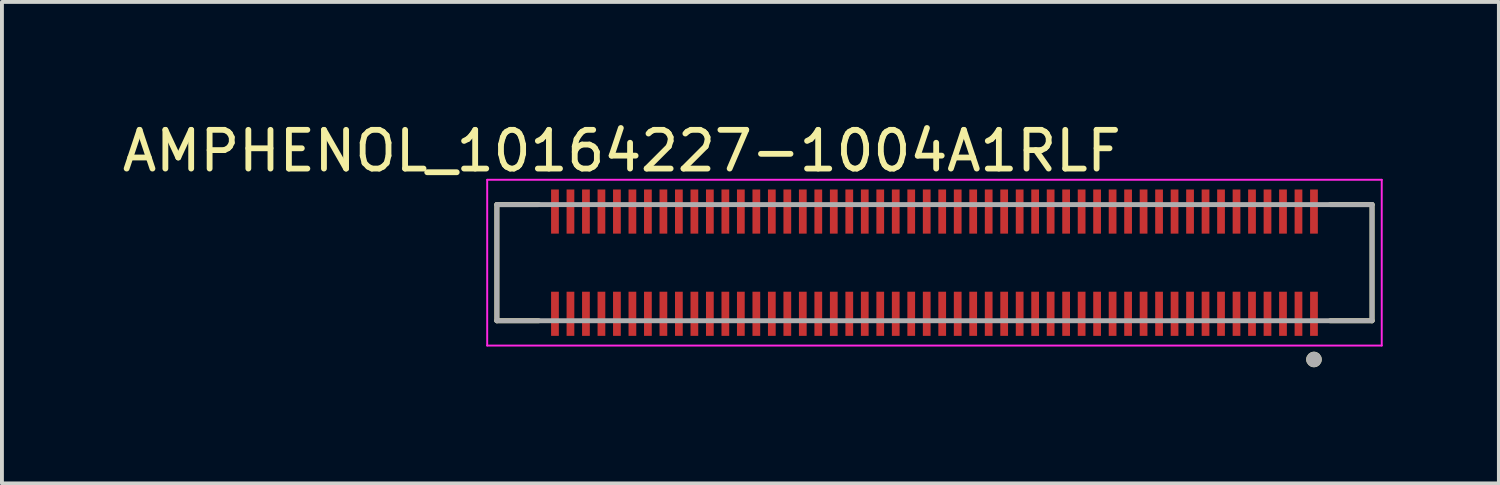
<source format=kicad_pcb>
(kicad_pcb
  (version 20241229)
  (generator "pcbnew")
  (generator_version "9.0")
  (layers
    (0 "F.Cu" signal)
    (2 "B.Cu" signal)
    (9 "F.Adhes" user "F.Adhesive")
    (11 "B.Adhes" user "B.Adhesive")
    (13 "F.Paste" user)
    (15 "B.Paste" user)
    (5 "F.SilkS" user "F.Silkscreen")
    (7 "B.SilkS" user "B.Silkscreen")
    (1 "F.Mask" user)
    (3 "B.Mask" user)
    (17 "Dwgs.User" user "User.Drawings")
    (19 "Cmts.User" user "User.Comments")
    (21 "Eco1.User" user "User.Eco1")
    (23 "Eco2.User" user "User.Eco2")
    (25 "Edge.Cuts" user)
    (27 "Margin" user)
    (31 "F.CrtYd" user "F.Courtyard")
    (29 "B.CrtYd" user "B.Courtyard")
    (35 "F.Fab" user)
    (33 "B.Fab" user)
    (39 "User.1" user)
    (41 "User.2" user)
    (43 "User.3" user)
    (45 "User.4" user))
  (footprint "AMPHENOL_10164227-1004A1RLF"
    (layer "F.Cu")
    (at 21.081 3.733)
    (property "Reference" "AMPHENOL_10164227-1004A1RLF" (at -8.075 -2.885 0) (layer "F.SilkS") (effects (font (size 1 1) (thickness 0.15))))
    (attr smd)
    (fp_poly (pts (xy -9.95 -1.94) (xy -9.65 -1.94) (xy -9.65 -1.19) (xy -9.95 -1.19)) (stroke (width 0.01) (type solid)) (fill yes) (layer "F.Mask"))
    (fp_poly (pts (xy -9.95 1.19) (xy -9.65 1.19) (xy -9.65 1.94) (xy -9.95 1.94)) (stroke (width 0.01) (type solid)) (fill yes) (layer "F.Mask"))
    (fp_poly (pts (xy -9.55 -1.94) (xy -9.25 -1.94) (xy -9.25 -1.19) (xy -9.55 -1.19)) (stroke (width 0.01) (type solid)) (fill yes) (layer "F.Mask"))
    (fp_poly (pts (xy -9.55 1.19) (xy -9.25 1.19) (xy -9.25 1.94) (xy -9.55 1.94)) (stroke (width 0.01) (type solid)) (fill yes) (layer "F.Mask"))
    (fp_poly (pts (xy -9.15 -1.94) (xy -8.85 -1.94) (xy -8.85 -1.19) (xy -9.15 -1.19)) (stroke (width 0.01) (type solid)) (fill yes) (layer "F.Mask"))
    (fp_poly (pts (xy -9.15 1.19) (xy -8.85 1.19) (xy -8.85 1.94) (xy -9.15 1.94)) (stroke (width 0.01) (type solid)) (fill yes) (layer "F.Mask"))
    (fp_poly (pts (xy -8.75 -1.94) (xy -8.45 -1.94) (xy -8.45 -1.19) (xy -8.75 -1.19)) (stroke (width 0.01) (type solid)) (fill yes) (layer "F.Mask"))
    (fp_poly (pts (xy -8.75 1.19) (xy -8.45 1.19) (xy -8.45 1.94) (xy -8.75 1.94)) (stroke (width 0.01) (type solid)) (fill yes) (layer "F.Mask"))
    (fp_poly (pts (xy -8.35 -1.94) (xy -8.05 -1.94) (xy -8.05 -1.19) (xy -8.35 -1.19)) (stroke (width 0.01) (type solid)) (fill yes) (layer "F.Mask"))
    (fp_poly (pts (xy -8.35 1.19) (xy -8.05 1.19) (xy -8.05 1.94) (xy -8.35 1.94)) (stroke (width 0.01) (type solid)) (fill yes) (layer "F.Mask"))
    (fp_poly (pts (xy -7.95 -1.94) (xy -7.65 -1.94) (xy -7.65 -1.19) (xy -7.95 -1.19)) (stroke (width 0.01) (type solid)) (fill yes) (layer "F.Mask"))
    (fp_poly (pts (xy -7.95 1.19) (xy -7.65 1.19) (xy -7.65 1.94) (xy -7.95 1.94)) (stroke (width 0.01) (type solid)) (fill yes) (layer "F.Mask"))
    (fp_poly (pts (xy -7.55 -1.94) (xy -7.25 -1.94) (xy -7.25 -1.19) (xy -7.55 -1.19)) (stroke (width 0.01) (type solid)) (fill yes) (layer "F.Mask"))
    (fp_poly (pts (xy -7.55 1.19) (xy -7.25 1.19) (xy -7.25 1.94) (xy -7.55 1.94)) (stroke (width 0.01) (type solid)) (fill yes) (layer "F.Mask"))
    (fp_poly (pts (xy -7.15 -1.94) (xy -6.85 -1.94) (xy -6.85 -1.19) (xy -7.15 -1.19)) (stroke (width 0.01) (type solid)) (fill yes) (layer "F.Mask"))
    (fp_poly (pts (xy -7.15 1.19) (xy -6.85 1.19) (xy -6.85 1.94) (xy -7.15 1.94)) (stroke (width 0.01) (type solid)) (fill yes) (layer "F.Mask"))
    (fp_poly (pts (xy -6.75 -1.94) (xy -6.45 -1.94) (xy -6.45 -1.19) (xy -6.75 -1.19)) (stroke (width 0.01) (type solid)) (fill yes) (layer "F.Mask"))
    (fp_poly (pts (xy -6.75 1.19) (xy -6.45 1.19) (xy -6.45 1.94) (xy -6.75 1.94)) (stroke (width 0.01) (type solid)) (fill yes) (layer "F.Mask"))
    (fp_poly (pts (xy -6.35 -1.94) (xy -6.05 -1.94) (xy -6.05 -1.19) (xy -6.35 -1.19)) (stroke (width 0.01) (type solid)) (fill yes) (layer "F.Mask"))
    (fp_poly (pts (xy -6.35 1.19) (xy -6.05 1.19) (xy -6.05 1.94) (xy -6.35 1.94)) (stroke (width 0.01) (type solid)) (fill yes) (layer "F.Mask"))
    (fp_poly (pts (xy -5.95 -1.94) (xy -5.65 -1.94) (xy -5.65 -1.19) (xy -5.95 -1.19)) (stroke (width 0.01) (type solid)) (fill yes) (layer "F.Mask"))
    (fp_poly (pts (xy -5.95 1.19) (xy -5.65 1.19) (xy -5.65 1.94) (xy -5.95 1.94)) (stroke (width 0.01) (type solid)) (fill yes) (layer "F.Mask"))
    (fp_poly (pts (xy -5.55 -1.94) (xy -5.25 -1.94) (xy -5.25 -1.19) (xy -5.55 -1.19)) (stroke (width 0.01) (type solid)) (fill yes) (layer "F.Mask"))
    (fp_poly (pts (xy -5.55 1.19) (xy -5.25 1.19) (xy -5.25 1.94) (xy -5.55 1.94)) (stroke (width 0.01) (type solid)) (fill yes) (layer "F.Mask"))
    (fp_poly (pts (xy -5.15 -1.94) (xy -4.85 -1.94) (xy -4.85 -1.19) (xy -5.15 -1.19)) (stroke (width 0.01) (type solid)) (fill yes) (layer "F.Mask"))
    (fp_poly (pts (xy -5.15 1.19) (xy -4.85 1.19) (xy -4.85 1.94) (xy -5.15 1.94)) (stroke (width 0.01) (type solid)) (fill yes) (layer "F.Mask"))
    (fp_poly (pts (xy -4.75 -1.94) (xy -4.45 -1.94) (xy -4.45 -1.19) (xy -4.75 -1.19)) (stroke (width 0.01) (type solid)) (fill yes) (layer "F.Mask"))
    (fp_poly (pts (xy -4.75 1.19) (xy -4.45 1.19) (xy -4.45 1.94) (xy -4.75 1.94)) (stroke (width 0.01) (type solid)) (fill yes) (layer "F.Mask"))
    (fp_poly (pts (xy -4.35 -1.94) (xy -4.05 -1.94) (xy -4.05 -1.19) (xy -4.35 -1.19)) (stroke (width 0.01) (type solid)) (fill yes) (layer "F.Mask"))
    (fp_poly (pts (xy -4.35 1.19) (xy -4.05 1.19) (xy -4.05 1.94) (xy -4.35 1.94)) (stroke (width 0.01) (type solid)) (fill yes) (layer "F.Mask"))
    (fp_poly (pts (xy -3.95 -1.94) (xy -3.65 -1.94) (xy -3.65 -1.19) (xy -3.95 -1.19)) (stroke (width 0.01) (type solid)) (fill yes) (layer "F.Mask"))
    (fp_poly (pts (xy -3.95 1.19) (xy -3.65 1.19) (xy -3.65 1.94) (xy -3.95 1.94)) (stroke (width 0.01) (type solid)) (fill yes) (layer "F.Mask"))
    (fp_poly (pts (xy -3.55 -1.94) (xy -3.25 -1.94) (xy -3.25 -1.19) (xy -3.55 -1.19)) (stroke (width 0.01) (type solid)) (fill yes) (layer "F.Mask"))
    (fp_poly (pts (xy -3.55 1.19) (xy -3.25 1.19) (xy -3.25 1.94) (xy -3.55 1.94)) (stroke (width 0.01) (type solid)) (fill yes) (layer "F.Mask"))
    (fp_poly (pts (xy -3.15 -1.94) (xy -2.85 -1.94) (xy -2.85 -1.19) (xy -3.15 -1.19)) (stroke (width 0.01) (type solid)) (fill yes) (layer "F.Mask"))
    (fp_poly (pts (xy -3.15 1.19) (xy -2.85 1.19) (xy -2.85 1.94) (xy -3.15 1.94)) (stroke (width 0.01) (type solid)) (fill yes) (layer "F.Mask"))
    (fp_poly (pts (xy -2.75 -1.94) (xy -2.45 -1.94) (xy -2.45 -1.19) (xy -2.75 -1.19)) (stroke (width 0.01) (type solid)) (fill yes) (layer "F.Mask"))
    (fp_poly (pts (xy -2.75 1.19) (xy -2.45 1.19) (xy -2.45 1.94) (xy -2.75 1.94)) (stroke (width 0.01) (type solid)) (fill yes) (layer "F.Mask"))
    (fp_poly (pts (xy -2.35 -1.94) (xy -2.05 -1.94) (xy -2.05 -1.19) (xy -2.35 -1.19)) (stroke (width 0.01) (type solid)) (fill yes) (layer "F.Mask"))
    (fp_poly (pts (xy -2.35 1.19) (xy -2.05 1.19) (xy -2.05 1.94) (xy -2.35 1.94)) (stroke (width 0.01) (type solid)) (fill yes) (layer "F.Mask"))
    (fp_poly (pts (xy -1.95 -1.94) (xy -1.65 -1.94) (xy -1.65 -1.19) (xy -1.95 -1.19)) (stroke (width 0.01) (type solid)) (fill yes) (layer "F.Mask"))
    (fp_poly (pts (xy -1.95 1.19) (xy -1.65 1.19) (xy -1.65 1.94) (xy -1.95 1.94)) (stroke (width 0.01) (type solid)) (fill yes) (layer "F.Mask"))
    (fp_poly (pts (xy -1.55 -1.94) (xy -1.25 -1.94) (xy -1.25 -1.19) (xy -1.55 -1.19)) (stroke (width 0.01) (type solid)) (fill yes) (layer "F.Mask"))
    (fp_poly (pts (xy -1.55 1.19) (xy -1.25 1.19) (xy -1.25 1.94) (xy -1.55 1.94)) (stroke (width 0.01) (type solid)) (fill yes) (layer "F.Mask"))
    (fp_poly (pts (xy -1.15 -1.94) (xy -0.85 -1.94) (xy -0.85 -1.19) (xy -1.15 -1.19)) (stroke (width 0.01) (type solid)) (fill yes) (layer "F.Mask"))
    (fp_poly (pts (xy -1.15 1.19) (xy -0.85 1.19) (xy -0.85 1.94) (xy -1.15 1.94)) (stroke (width 0.01) (type solid)) (fill yes) (layer "F.Mask"))
    (fp_poly (pts (xy -0.75 -1.94) (xy -0.45 -1.94) (xy -0.45 -1.19) (xy -0.75 -1.19)) (stroke (width 0.01) (type solid)) (fill yes) (layer "F.Mask"))
    (fp_poly (pts (xy -0.75 1.19) (xy -0.45 1.19) (xy -0.45 1.94) (xy -0.75 1.94)) (stroke (width 0.01) (type solid)) (fill yes) (layer "F.Mask"))
    (fp_poly (pts (xy -0.35 -1.94) (xy -0.05 -1.94) (xy -0.05 -1.19) (xy -0.35 -1.19)) (stroke (width 0.01) (type solid)) (fill yes) (layer "F.Mask"))
    (fp_poly (pts (xy -0.35 1.19) (xy -0.05 1.19) (xy -0.05 1.94) (xy -0.35 1.94)) (stroke (width 0.01) (type solid)) (fill yes) (layer "F.Mask"))
    (fp_poly (pts (xy 0.05 -1.94) (xy 0.35 -1.94) (xy 0.35 -1.19) (xy 0.05 -1.19)) (stroke (width 0.01) (type solid)) (fill yes) (layer "F.Mask"))
    (fp_poly (pts (xy 0.05 1.19) (xy 0.35 1.19) (xy 0.35 1.94) (xy 0.05 1.94)) (stroke (width 0.01) (type solid)) (fill yes) (layer "F.Mask"))
    (fp_poly (pts (xy 0.45 -1.94) (xy 0.75 -1.94) (xy 0.75 -1.19) (xy 0.45 -1.19)) (stroke (width 0.01) (type solid)) (fill yes) (layer "F.Mask"))
    (fp_poly (pts (xy 0.45 1.19) (xy 0.75 1.19) (xy 0.75 1.94) (xy 0.45 1.94)) (stroke (width 0.01) (type solid)) (fill yes) (layer "F.Mask"))
    (fp_poly (pts (xy 0.85 -1.94) (xy 1.15 -1.94) (xy 1.15 -1.19) (xy 0.85 -1.19)) (stroke (width 0.01) (type solid)) (fill yes) (layer "F.Mask"))
    (fp_poly (pts (xy 0.85 1.19) (xy 1.15 1.19) (xy 1.15 1.94) (xy 0.85 1.94)) (stroke (width 0.01) (type solid)) (fill yes) (layer "F.Mask"))
    (fp_poly (pts (xy 1.25 -1.94) (xy 1.55 -1.94) (xy 1.55 -1.19) (xy 1.25 -1.19)) (stroke (width 0.01) (type solid)) (fill yes) (layer "F.Mask"))
    (fp_poly (pts (xy 1.25 1.19) (xy 1.55 1.19) (xy 1.55 1.94) (xy 1.25 1.94)) (stroke (width 0.01) (type solid)) (fill yes) (layer "F.Mask"))
    (fp_poly (pts (xy 1.65 -1.94) (xy 1.95 -1.94) (xy 1.95 -1.19) (xy 1.65 -1.19)) (stroke (width 0.01) (type solid)) (fill yes) (layer "F.Mask"))
    (fp_poly (pts (xy 1.65 1.19) (xy 1.95 1.19) (xy 1.95 1.94) (xy 1.65 1.94)) (stroke (width 0.01) (type solid)) (fill yes) (layer "F.Mask"))
    (fp_poly (pts (xy 2.05 -1.94) (xy 2.35 -1.94) (xy 2.35 -1.19) (xy 2.05 -1.19)) (stroke (width 0.01) (type solid)) (fill yes) (layer "F.Mask"))
    (fp_poly (pts (xy 2.05 1.19) (xy 2.35 1.19) (xy 2.35 1.94) (xy 2.05 1.94)) (stroke (width 0.01) (type solid)) (fill yes) (layer "F.Mask"))
    (fp_poly (pts (xy 2.45 -1.94) (xy 2.75 -1.94) (xy 2.75 -1.19) (xy 2.45 -1.19)) (stroke (width 0.01) (type solid)) (fill yes) (layer "F.Mask"))
    (fp_poly (pts (xy 2.45 1.19) (xy 2.75 1.19) (xy 2.75 1.94) (xy 2.45 1.94)) (stroke (width 0.01) (type solid)) (fill yes) (layer "F.Mask"))
    (fp_poly (pts (xy 2.85 -1.94) (xy 3.15 -1.94) (xy 3.15 -1.19) (xy 2.85 -1.19)) (stroke (width 0.01) (type solid)) (fill yes) (layer "F.Mask"))
    (fp_poly (pts (xy 2.85 1.19) (xy 3.15 1.19) (xy 3.15 1.94) (xy 2.85 1.94)) (stroke (width 0.01) (type solid)) (fill yes) (layer "F.Mask"))
    (fp_poly (pts (xy 3.25 -1.94) (xy 3.55 -1.94) (xy 3.55 -1.19) (xy 3.25 -1.19)) (stroke (width 0.01) (type solid)) (fill yes) (layer "F.Mask"))
    (fp_poly (pts (xy 3.25 1.19) (xy 3.55 1.19) (xy 3.55 1.94) (xy 3.25 1.94)) (stroke (width 0.01) (type solid)) (fill yes) (layer "F.Mask"))
    (fp_poly (pts (xy 3.65 -1.94) (xy 3.95 -1.94) (xy 3.95 -1.19) (xy 3.65 -1.19)) (stroke (width 0.01) (type solid)) (fill yes) (layer "F.Mask"))
    (fp_poly (pts (xy 3.65 1.19) (xy 3.95 1.19) (xy 3.95 1.94) (xy 3.65 1.94)) (stroke (width 0.01) (type solid)) (fill yes) (layer "F.Mask"))
    (fp_poly (pts (xy 4.05 -1.94) (xy 4.35 -1.94) (xy 4.35 -1.19) (xy 4.05 -1.19)) (stroke (width 0.01) (type solid)) (fill yes) (layer "F.Mask"))
    (fp_poly (pts (xy 4.05 1.19) (xy 4.35 1.19) (xy 4.35 1.94) (xy 4.05 1.94)) (stroke (width 0.01) (type solid)) (fill yes) (layer "F.Mask"))
    (fp_poly (pts (xy 4.45 -1.94) (xy 4.75 -1.94) (xy 4.75 -1.19) (xy 4.45 -1.19)) (stroke (width 0.01) (type solid)) (fill yes) (layer "F.Mask"))
    (fp_poly (pts (xy 4.45 1.19) (xy 4.75 1.19) (xy 4.75 1.94) (xy 4.45 1.94)) (stroke (width 0.01) (type solid)) (fill yes) (layer "F.Mask"))
    (fp_poly (pts (xy 4.85 -1.94) (xy 5.15 -1.94) (xy 5.15 -1.19) (xy 4.85 -1.19)) (stroke (width 0.01) (type solid)) (fill yes) (layer "F.Mask"))
    (fp_poly (pts (xy 4.85 1.19) (xy 5.15 1.19) (xy 5.15 1.94) (xy 4.85 1.94)) (stroke (width 0.01) (type solid)) (fill yes) (layer "F.Mask"))
    (fp_poly (pts (xy 5.25 -1.94) (xy 5.55 -1.94) (xy 5.55 -1.19) (xy 5.25 -1.19)) (stroke (width 0.01) (type solid)) (fill yes) (layer "F.Mask"))
    (fp_poly (pts (xy 5.25 1.19) (xy 5.55 1.19) (xy 5.55 1.94) (xy 5.25 1.94)) (stroke (width 0.01) (type solid)) (fill yes) (layer "F.Mask"))
    (fp_poly (pts (xy 5.65 -1.94) (xy 5.95 -1.94) (xy 5.95 -1.19) (xy 5.65 -1.19)) (stroke (width 0.01) (type solid)) (fill yes) (layer "F.Mask"))
    (fp_poly (pts (xy 5.65 1.19) (xy 5.95 1.19) (xy 5.95 1.94) (xy 5.65 1.94)) (stroke (width 0.01) (type solid)) (fill yes) (layer "F.Mask"))
    (fp_poly (pts (xy 6.05 -1.94) (xy 6.35 -1.94) (xy 6.35 -1.19) (xy 6.05 -1.19)) (stroke (width 0.01) (type solid)) (fill yes) (layer "F.Mask"))
    (fp_poly (pts (xy 6.05 1.19) (xy 6.35 1.19) (xy 6.35 1.94) (xy 6.05 1.94)) (stroke (width 0.01) (type solid)) (fill yes) (layer "F.Mask"))
    (fp_poly (pts (xy 6.45 -1.94) (xy 6.75 -1.94) (xy 6.75 -1.19) (xy 6.45 -1.19)) (stroke (width 0.01) (type solid)) (fill yes) (layer "F.Mask"))
    (fp_poly (pts (xy 6.45 1.19) (xy 6.75 1.19) (xy 6.75 1.94) (xy 6.45 1.94)) (stroke (width 0.01) (type solid)) (fill yes) (layer "F.Mask"))
    (fp_poly (pts (xy 6.85 -1.94) (xy 7.15 -1.94) (xy 7.15 -1.19) (xy 6.85 -1.19)) (stroke (width 0.01) (type solid)) (fill yes) (layer "F.Mask"))
    (fp_poly (pts (xy 6.85 1.19) (xy 7.15 1.19) (xy 7.15 1.94) (xy 6.85 1.94)) (stroke (width 0.01) (type solid)) (fill yes) (layer "F.Mask"))
    (fp_poly (pts (xy 7.25 -1.94) (xy 7.55 -1.94) (xy 7.55 -1.19) (xy 7.25 -1.19)) (stroke (width 0.01) (type solid)) (fill yes) (layer "F.Mask"))
    (fp_poly (pts (xy 7.25 1.19) (xy 7.55 1.19) (xy 7.55 1.94) (xy 7.25 1.94)) (stroke (width 0.01) (type solid)) (fill yes) (layer "F.Mask"))
    (fp_poly (pts (xy 7.65 -1.94) (xy 7.95 -1.94) (xy 7.95 -1.19) (xy 7.65 -1.19)) (stroke (width 0.01) (type solid)) (fill yes) (layer "F.Mask"))
    (fp_poly (pts (xy 7.65 1.19) (xy 7.95 1.19) (xy 7.95 1.94) (xy 7.65 1.94)) (stroke (width 0.01) (type solid)) (fill yes) (layer "F.Mask"))
    (fp_poly (pts (xy 8.05 -1.94) (xy 8.35 -1.94) (xy 8.35 -1.19) (xy 8.05 -1.19)) (stroke (width 0.01) (type solid)) (fill yes) (layer "F.Mask"))
    (fp_poly (pts (xy 8.05 1.19) (xy 8.35 1.19) (xy 8.35 1.94) (xy 8.05 1.94)) (stroke (width 0.01) (type solid)) (fill yes) (layer "F.Mask"))
    (fp_poly (pts (xy 8.45 -1.94) (xy 8.75 -1.94) (xy 8.75 -1.19) (xy 8.45 -1.19)) (stroke (width 0.01) (type solid)) (fill yes) (layer "F.Mask"))
    (fp_poly (pts (xy 8.45 1.19) (xy 8.75 1.19) (xy 8.75 1.94) (xy 8.45 1.94)) (stroke (width 0.01) (type solid)) (fill yes) (layer "F.Mask"))
    (fp_poly (pts (xy 8.85 -1.94) (xy 9.15 -1.94) (xy 9.15 -1.19) (xy 8.85 -1.19)) (stroke (width 0.01) (type solid)) (fill yes) (layer "F.Mask"))
    (fp_poly (pts (xy 8.85 1.19) (xy 9.15 1.19) (xy 9.15 1.94) (xy 8.85 1.94)) (stroke (width 0.01) (type solid)) (fill yes) (layer "F.Mask"))
    (fp_poly (pts (xy 9.25 -1.94) (xy 9.55 -1.94) (xy 9.55 -1.19) (xy 9.25 -1.19)) (stroke (width 0.01) (type solid)) (fill yes) (layer "F.Mask"))
    (fp_poly (pts (xy 9.25 1.19) (xy 9.55 1.19) (xy 9.55 1.94) (xy 9.25 1.94)) (stroke (width 0.01) (type solid)) (fill yes) (layer "F.Mask"))
    (fp_poly (pts (xy 9.65 -1.94) (xy 9.95 -1.94) (xy 9.95 -1.19) (xy 9.65 -1.19)) (stroke (width 0.01) (type solid)) (fill yes) (layer "F.Mask"))
    (fp_poly (pts (xy 9.65 1.19) (xy 9.95 1.19) (xy 9.95 1.94) (xy 9.65 1.94)) (stroke (width 0.01) (type solid)) (fill yes) (layer "F.Mask"))
    (fp_line (start -11.3 -1.5) (end -11.3 1.5) (stroke (width 0.127) (type solid)) (layer "F.SilkS"))
    (fp_line (start -11.3 1.5) (end -10.22 1.5) (stroke (width 0.127) (type solid)) (layer "F.SilkS"))
    (fp_line (start -10.22 -1.5) (end -11.3 -1.5) (stroke (width 0.127) (type solid)) (layer "F.SilkS"))
    (fp_line (start 10.22 1.5) (end 11.3 1.5) (stroke (width 0.127) (type solid)) (layer "F.SilkS"))
    (fp_line (start 11.3 -1.5) (end 10.22 -1.5) (stroke (width 0.127) (type solid)) (layer "F.SilkS"))
    (fp_line (start 11.3 1.5) (end 11.3 -1.5) (stroke (width 0.127) (type solid)) (layer "F.SilkS"))
    (fp_circle (center 9.8 2.5) (end 9.9 2.5) (stroke (width 0.2) (type solid)) (fill no) (layer "F.SilkS"))
    (fp_poly (pts (xy -9.889 -1.853) (xy -9.71 -1.853) (xy -9.71 -1.227) (xy -9.889 -1.227)) (stroke (width 0.01) (type solid)) (fill yes) (layer "F.Paste"))
    (fp_poly (pts (xy -9.889 1.227) (xy -9.71 1.227) (xy -9.71 1.853) (xy -9.889 1.853)) (stroke (width 0.01) (type solid)) (fill yes) (layer "F.Paste"))
    (fp_poly (pts (xy -9.489 -1.853) (xy -9.31 -1.853) (xy -9.31 -1.227) (xy -9.489 -1.227)) (stroke (width 0.01) (type solid)) (fill yes) (layer "F.Paste"))
    (fp_poly (pts (xy -9.489 1.227) (xy -9.31 1.227) (xy -9.31 1.853) (xy -9.489 1.853)) (stroke (width 0.01) (type solid)) (fill yes) (layer "F.Paste"))
    (fp_poly (pts (xy -9.089 -1.853) (xy -8.911 -1.853) (xy -8.911 -1.227) (xy -9.089 -1.227)) (stroke (width 0.01) (type solid)) (fill yes) (layer "F.Paste"))
    (fp_poly (pts (xy -9.089 1.227) (xy -8.911 1.227) (xy -8.911 1.853) (xy -9.089 1.853)) (stroke (width 0.01) (type solid)) (fill yes) (layer "F.Paste"))
    (fp_poly (pts (xy -8.69 -1.853) (xy -8.511 -1.853) (xy -8.511 -1.227) (xy -8.69 -1.227)) (stroke (width 0.01) (type solid)) (fill yes) (layer "F.Paste"))
    (fp_poly (pts (xy -8.69 1.227) (xy -8.511 1.227) (xy -8.511 1.853) (xy -8.69 1.853)) (stroke (width 0.01) (type solid)) (fill yes) (layer "F.Paste"))
    (fp_poly (pts (xy -8.29 -1.853) (xy -8.111 -1.853) (xy -8.111 -1.227) (xy -8.29 -1.227)) (stroke (width 0.01) (type solid)) (fill yes) (layer "F.Paste"))
    (fp_poly (pts (xy -8.29 1.227) (xy -8.111 1.227) (xy -8.111 1.853) (xy -8.29 1.853)) (stroke (width 0.01) (type solid)) (fill yes) (layer "F.Paste"))
    (fp_poly (pts (xy -7.889 -1.853) (xy -7.71 -1.853) (xy -7.71 -1.227) (xy -7.889 -1.227)) (stroke (width 0.01) (type solid)) (fill yes) (layer "F.Paste"))
    (fp_poly (pts (xy -7.889 1.227) (xy -7.71 1.227) (xy -7.71 1.853) (xy -7.889 1.853)) (stroke (width 0.01) (type solid)) (fill yes) (layer "F.Paste"))
    (fp_poly (pts (xy -7.489 -1.853) (xy -7.311 -1.853) (xy -7.311 -1.227) (xy -7.489 -1.227)) (stroke (width 0.01) (type solid)) (fill yes) (layer "F.Paste"))
    (fp_poly (pts (xy -7.489 1.227) (xy -7.311 1.227) (xy -7.311 1.853) (xy -7.489 1.853)) (stroke (width 0.01) (type solid)) (fill yes) (layer "F.Paste"))
    (fp_poly (pts (xy -7.09 -1.853) (xy -6.91 -1.853) (xy -6.91 -1.227) (xy -7.09 -1.227)) (stroke (width 0.01) (type solid)) (fill yes) (layer "F.Paste"))
    (fp_poly (pts (xy -7.09 1.227) (xy -6.91 1.227) (xy -6.91 1.853) (xy -7.09 1.853)) (stroke (width 0.01) (type solid)) (fill yes) (layer "F.Paste"))
    (fp_poly (pts (xy -6.689 -1.853) (xy -6.511 -1.853) (xy -6.511 -1.227) (xy -6.689 -1.227)) (stroke (width 0.01) (type solid)) (fill yes) (layer "F.Paste"))
    (fp_poly (pts (xy -6.689 1.227) (xy -6.511 1.227) (xy -6.511 1.853) (xy -6.689 1.853)) (stroke (width 0.01) (type solid)) (fill yes) (layer "F.Paste"))
    (fp_poly (pts (xy -6.29 -1.853) (xy -6.111 -1.853) (xy -6.111 -1.227) (xy -6.29 -1.227)) (stroke (width 0.01) (type solid)) (fill yes) (layer "F.Paste"))
    (fp_poly (pts (xy -6.29 1.227) (xy -6.111 1.227) (xy -6.111 1.853) (xy -6.29 1.853)) (stroke (width 0.01) (type solid)) (fill yes) (layer "F.Paste"))
    (fp_poly (pts (xy -5.889 -1.853) (xy -5.71 -1.853) (xy -5.71 -1.227) (xy -5.889 -1.227)) (stroke (width 0.01) (type solid)) (fill yes) (layer "F.Paste"))
    (fp_poly (pts (xy -5.889 1.227) (xy -5.71 1.227) (xy -5.71 1.853) (xy -5.889 1.853)) (stroke (width 0.01) (type solid)) (fill yes) (layer "F.Paste"))
    (fp_poly (pts (xy -5.489 -1.853) (xy -5.311 -1.853) (xy -5.311 -1.227) (xy -5.489 -1.227)) (stroke (width 0.01) (type solid)) (fill yes) (layer "F.Paste"))
    (fp_poly (pts (xy -5.489 1.227) (xy -5.311 1.227) (xy -5.311 1.853) (xy -5.489 1.853)) (stroke (width 0.01) (type solid)) (fill yes) (layer "F.Paste"))
    (fp_poly (pts (xy -5.09 -1.853) (xy -4.91 -1.853) (xy -4.91 -1.227) (xy -5.09 -1.227)) (stroke (width 0.01) (type solid)) (fill yes) (layer "F.Paste"))
    (fp_poly (pts (xy -5.09 1.227) (xy -4.91 1.227) (xy -4.91 1.853) (xy -5.09 1.853)) (stroke (width 0.01) (type solid)) (fill yes) (layer "F.Paste"))
    (fp_poly (pts (xy -4.689 -1.853) (xy -4.511 -1.853) (xy -4.511 -1.227) (xy -4.689 -1.227)) (stroke (width 0.01) (type solid)) (fill yes) (layer "F.Paste"))
    (fp_poly (pts (xy -4.689 1.227) (xy -4.511 1.227) (xy -4.511 1.853) (xy -4.689 1.853)) (stroke (width 0.01) (type solid)) (fill yes) (layer "F.Paste"))
    (fp_poly (pts (xy -4.29 -1.853) (xy -4.111 -1.853) (xy -4.111 -1.227) (xy -4.29 -1.227)) (stroke (width 0.01) (type solid)) (fill yes) (layer "F.Paste"))
    (fp_poly (pts (xy -4.29 1.227) (xy -4.111 1.227) (xy -4.111 1.853) (xy -4.29 1.853)) (stroke (width 0.01) (type solid)) (fill yes) (layer "F.Paste"))
    (fp_poly (pts (xy -3.889 -1.853) (xy -3.711 -1.853) (xy -3.711 -1.227) (xy -3.889 -1.227)) (stroke (width 0.01) (type solid)) (fill yes) (layer "F.Paste"))
    (fp_poly (pts (xy -3.889 1.227) (xy -3.711 1.227) (xy -3.711 1.853) (xy -3.889 1.853)) (stroke (width 0.01) (type solid)) (fill yes) (layer "F.Paste"))
    (fp_poly (pts (xy -3.49 -1.853) (xy -3.311 -1.853) (xy -3.311 -1.227) (xy -3.49 -1.227)) (stroke (width 0.01) (type solid)) (fill yes) (layer "F.Paste"))
    (fp_poly (pts (xy -3.49 1.227) (xy -3.311 1.227) (xy -3.311 1.853) (xy -3.49 1.853)) (stroke (width 0.01) (type solid)) (fill yes) (layer "F.Paste"))
    (fp_poly (pts (xy -3.09 -1.853) (xy -2.91 -1.853) (xy -2.91 -1.227) (xy -3.09 -1.227)) (stroke (width 0.01) (type solid)) (fill yes) (layer "F.Paste"))
    (fp_poly (pts (xy -3.09 1.227) (xy -2.91 1.227) (xy -2.91 1.853) (xy -3.09 1.853)) (stroke (width 0.01) (type solid)) (fill yes) (layer "F.Paste"))
    (fp_poly (pts (xy -2.689 -1.853) (xy -2.51 -1.853) (xy -2.51 -1.227) (xy -2.689 -1.227)) (stroke (width 0.01) (type solid)) (fill yes) (layer "F.Paste"))
    (fp_poly (pts (xy -2.689 1.227) (xy -2.51 1.227) (xy -2.51 1.853) (xy -2.689 1.853)) (stroke (width 0.01) (type solid)) (fill yes) (layer "F.Paste"))
    (fp_poly (pts (xy -2.289 -1.853) (xy -2.111 -1.853) (xy -2.111 -1.227) (xy -2.289 -1.227)) (stroke (width 0.01) (type solid)) (fill yes) (layer "F.Paste"))
    (fp_poly (pts (xy -2.289 1.227) (xy -2.111 1.227) (xy -2.111 1.853) (xy -2.289 1.853)) (stroke (width 0.01) (type solid)) (fill yes) (layer "F.Paste"))
    (fp_poly (pts (xy -1.889 -1.853) (xy -1.71 -1.853) (xy -1.71 -1.227) (xy -1.889 -1.227)) (stroke (width 0.01) (type solid)) (fill yes) (layer "F.Paste"))
    (fp_poly (pts (xy -1.889 1.227) (xy -1.71 1.227) (xy -1.71 1.853) (xy -1.889 1.853)) (stroke (width 0.01) (type solid)) (fill yes) (layer "F.Paste"))
    (fp_poly (pts (xy -1.49 -1.853) (xy -1.31 -1.853) (xy -1.31 -1.227) (xy -1.49 -1.227)) (stroke (width 0.01) (type solid)) (fill yes) (layer "F.Paste"))
    (fp_poly (pts (xy -1.49 1.227) (xy -1.31 1.227) (xy -1.31 1.853) (xy -1.49 1.853)) (stroke (width 0.01) (type solid)) (fill yes) (layer "F.Paste"))
    (fp_poly (pts (xy -1.089 -1.853) (xy -0.91 -1.853) (xy -0.91 -1.227) (xy -1.089 -1.227)) (stroke (width 0.01) (type solid)) (fill yes) (layer "F.Paste"))
    (fp_poly (pts (xy -1.089 1.227) (xy -0.91 1.227) (xy -0.91 1.853) (xy -1.089 1.853)) (stroke (width 0.01) (type solid)) (fill yes) (layer "F.Paste"))
    (fp_poly (pts (xy -0.69 -1.853) (xy -0.51 -1.853) (xy -0.51 -1.227) (xy -0.69 -1.227)) (stroke (width 0.01) (type solid)) (fill yes) (layer "F.Paste"))
    (fp_poly (pts (xy -0.69 1.227) (xy -0.51 1.227) (xy -0.51 1.853) (xy -0.69 1.853)) (stroke (width 0.01) (type solid)) (fill yes) (layer "F.Paste"))
    (fp_poly (pts (xy -0.289 -1.853) (xy -0.111 -1.853) (xy -0.111 -1.227) (xy -0.289 -1.227)) (stroke (width 0.01) (type solid)) (fill yes) (layer "F.Paste"))
    (fp_poly (pts (xy -0.289 1.227) (xy -0.111 1.227) (xy -0.111 1.853) (xy -0.289 1.853)) (stroke (width 0.01) (type solid)) (fill yes) (layer "F.Paste"))
    (fp_poly (pts (xy 0.111 -1.853) (xy 0.289 -1.853) (xy 0.289 -1.227) (xy 0.111 -1.227)) (stroke (width 0.01) (type solid)) (fill yes) (layer "F.Paste"))
    (fp_poly (pts (xy 0.111 1.227) (xy 0.289 1.227) (xy 0.289 1.853) (xy 0.111 1.853)) (stroke (width 0.01) (type solid)) (fill yes) (layer "F.Paste"))
    (fp_poly (pts (xy 0.51 -1.853) (xy 0.69 -1.853) (xy 0.69 -1.227) (xy 0.51 -1.227)) (stroke (width 0.01) (type solid)) (fill yes) (layer "F.Paste"))
    (fp_poly (pts (xy 0.51 1.227) (xy 0.69 1.227) (xy 0.69 1.853) (xy 0.51 1.853)) (stroke (width 0.01) (type solid)) (fill yes) (layer "F.Paste"))
    (fp_poly (pts (xy 0.91 -1.853) (xy 1.089 -1.853) (xy 1.089 -1.227) (xy 0.91 -1.227)) (stroke (width 0.01) (type solid)) (fill yes) (layer "F.Paste"))
    (fp_poly (pts (xy 0.91 1.227) (xy 1.089 1.227) (xy 1.089 1.853) (xy 0.91 1.853)) (stroke (width 0.01) (type solid)) (fill yes) (layer "F.Paste"))
    (fp_poly (pts (xy 1.31 -1.853) (xy 1.49 -1.853) (xy 1.49 -1.227) (xy 1.31 -1.227)) (stroke (width 0.01) (type solid)) (fill yes) (layer "F.Paste"))
    (fp_poly (pts (xy 1.31 1.227) (xy 1.49 1.227) (xy 1.49 1.853) (xy 1.31 1.853)) (stroke (width 0.01) (type solid)) (fill yes) (layer "F.Paste"))
    (fp_poly (pts (xy 1.71 -1.853) (xy 1.889 -1.853) (xy 1.889 -1.227) (xy 1.71 -1.227)) (stroke (width 0.01) (type solid)) (fill yes) (layer "F.Paste"))
    (fp_poly (pts (xy 1.71 1.227) (xy 1.889 1.227) (xy 1.889 1.853) (xy 1.71 1.853)) (stroke (width 0.01) (type solid)) (fill yes) (layer "F.Paste"))
    (fp_poly (pts (xy 2.111 -1.853) (xy 2.289 -1.853) (xy 2.289 -1.227) (xy 2.111 -1.227)) (stroke (width 0.01) (type solid)) (fill yes) (layer "F.Paste"))
    (fp_poly (pts (xy 2.111 1.227) (xy 2.289 1.227) (xy 2.289 1.853) (xy 2.111 1.853)) (stroke (width 0.01) (type solid)) (fill yes) (layer "F.Paste"))
    (fp_poly (pts (xy 2.51 -1.853) (xy 2.689 -1.853) (xy 2.689 -1.227) (xy 2.51 -1.227)) (stroke (width 0.01) (type solid)) (fill yes) (layer "F.Paste"))
    (fp_poly (pts (xy 2.51 1.227) (xy 2.689 1.227) (xy 2.689 1.853) (xy 2.51 1.853)) (stroke (width 0.01) (type solid)) (fill yes) (layer "F.Paste"))
    (fp_poly (pts (xy 2.91 -1.853) (xy 3.09 -1.853) (xy 3.09 -1.227) (xy 2.91 -1.227)) (stroke (width 0.01) (type solid)) (fill yes) (layer "F.Paste"))
    (fp_poly (pts (xy 2.91 1.227) (xy 3.09 1.227) (xy 3.09 1.853) (xy 2.91 1.853)) (stroke (width 0.01) (type solid)) (fill yes) (layer "F.Paste"))
    (fp_poly (pts (xy 3.311 -1.853) (xy 3.49 -1.853) (xy 3.49 -1.227) (xy 3.311 -1.227)) (stroke (width 0.01) (type solid)) (fill yes) (layer "F.Paste"))
    (fp_poly (pts (xy 3.311 1.227) (xy 3.49 1.227) (xy 3.49 1.853) (xy 3.311 1.853)) (stroke (width 0.01) (type solid)) (fill yes) (layer "F.Paste"))
    (fp_poly (pts (xy 3.711 -1.853) (xy 3.889 -1.853) (xy 3.889 -1.227) (xy 3.711 -1.227)) (stroke (width 0.01) (type solid)) (fill yes) (layer "F.Paste"))
    (fp_poly (pts (xy 3.711 1.227) (xy 3.889 1.227) (xy 3.889 1.853) (xy 3.711 1.853)) (stroke (width 0.01) (type solid)) (fill yes) (layer "F.Paste"))
    (fp_poly (pts (xy 4.111 -1.853) (xy 4.29 -1.853) (xy 4.29 -1.227) (xy 4.111 -1.227)) (stroke (width 0.01) (type solid)) (fill yes) (layer "F.Paste"))
    (fp_poly (pts (xy 4.111 1.227) (xy 4.29 1.227) (xy 4.29 1.853) (xy 4.111 1.853)) (stroke (width 0.01) (type solid)) (fill yes) (layer "F.Paste"))
    (fp_poly (pts (xy 4.511 -1.853) (xy 4.689 -1.853) (xy 4.689 -1.227) (xy 4.511 -1.227)) (stroke (width 0.01) (type solid)) (fill yes) (layer "F.Paste"))
    (fp_poly (pts (xy 4.511 1.227) (xy 4.689 1.227) (xy 4.689 1.853) (xy 4.511 1.853)) (stroke (width 0.01) (type solid)) (fill yes) (layer "F.Paste"))
    (fp_poly (pts (xy 4.91 -1.853) (xy 5.09 -1.853) (xy 5.09 -1.227) (xy 4.91 -1.227)) (stroke (width 0.01) (type solid)) (fill yes) (layer "F.Paste"))
    (fp_poly (pts (xy 4.91 1.227) (xy 5.09 1.227) (xy 5.09 1.853) (xy 4.91 1.853)) (stroke (width 0.01) (type solid)) (fill yes) (layer "F.Paste"))
    (fp_poly (pts (xy 5.311 -1.853) (xy 5.489 -1.853) (xy 5.489 -1.227) (xy 5.311 -1.227)) (stroke (width 0.01) (type solid)) (fill yes) (layer "F.Paste"))
    (fp_poly (pts (xy 5.311 1.227) (xy 5.489 1.227) (xy 5.489 1.853) (xy 5.311 1.853)) (stroke (width 0.01) (type solid)) (fill yes) (layer "F.Paste"))
    (fp_poly (pts (xy 5.71 -1.853) (xy 5.889 -1.853) (xy 5.889 -1.227) (xy 5.71 -1.227)) (stroke (width 0.01) (type solid)) (fill yes) (layer "F.Paste"))
    (fp_poly (pts (xy 5.71 1.227) (xy 5.889 1.227) (xy 5.889 1.853) (xy 5.71 1.853)) (stroke (width 0.01) (type solid)) (fill yes) (layer "F.Paste"))
    (fp_poly (pts (xy 6.111 -1.853) (xy 6.29 -1.853) (xy 6.29 -1.227) (xy 6.111 -1.227)) (stroke (width 0.01) (type solid)) (fill yes) (layer "F.Paste"))
    (fp_poly (pts (xy 6.111 1.227) (xy 6.29 1.227) (xy 6.29 1.853) (xy 6.111 1.853)) (stroke (width 0.01) (type solid)) (fill yes) (layer "F.Paste"))
    (fp_poly (pts (xy 6.511 -1.853) (xy 6.689 -1.853) (xy 6.689 -1.227) (xy 6.511 -1.227)) (stroke (width 0.01) (type solid)) (fill yes) (layer "F.Paste"))
    (fp_poly (pts (xy 6.511 1.227) (xy 6.689 1.227) (xy 6.689 1.853) (xy 6.511 1.853)) (stroke (width 0.01) (type solid)) (fill yes) (layer "F.Paste"))
    (fp_poly (pts (xy 6.91 -1.853) (xy 7.09 -1.853) (xy 7.09 -1.227) (xy 6.91 -1.227)) (stroke (width 0.01) (type solid)) (fill yes) (layer "F.Paste"))
    (fp_poly (pts (xy 6.91 1.227) (xy 7.09 1.227) (xy 7.09 1.853) (xy 6.91 1.853)) (stroke (width 0.01) (type solid)) (fill yes) (layer "F.Paste"))
    (fp_poly (pts (xy 7.311 -1.853) (xy 7.489 -1.853) (xy 7.489 -1.227) (xy 7.311 -1.227)) (stroke (width 0.01) (type solid)) (fill yes) (layer "F.Paste"))
    (fp_poly (pts (xy 7.311 1.227) (xy 7.489 1.227) (xy 7.489 1.853) (xy 7.311 1.853)) (stroke (width 0.01) (type solid)) (fill yes) (layer "F.Paste"))
    (fp_poly (pts (xy 7.71 -1.853) (xy 7.889 -1.853) (xy 7.889 -1.227) (xy 7.71 -1.227)) (stroke (width 0.01) (type solid)) (fill yes) (layer "F.Paste"))
    (fp_poly (pts (xy 7.71 1.227) (xy 7.889 1.227) (xy 7.889 1.853) (xy 7.71 1.853)) (stroke (width 0.01) (type solid)) (fill yes) (layer "F.Paste"))
    (fp_poly (pts (xy 8.111 -1.853) (xy 8.29 -1.853) (xy 8.29 -1.227) (xy 8.111 -1.227)) (stroke (width 0.01) (type solid)) (fill yes) (layer "F.Paste"))
    (fp_poly (pts (xy 8.111 1.227) (xy 8.29 1.227) (xy 8.29 1.853) (xy 8.111 1.853)) (stroke (width 0.01) (type solid)) (fill yes) (layer "F.Paste"))
    (fp_poly (pts (xy 8.511 -1.853) (xy 8.69 -1.853) (xy 8.69 -1.227) (xy 8.511 -1.227)) (stroke (width 0.01) (type solid)) (fill yes) (layer "F.Paste"))
    (fp_poly (pts (xy 8.511 1.227) (xy 8.69 1.227) (xy 8.69 1.853) (xy 8.511 1.853)) (stroke (width 0.01) (type solid)) (fill yes) (layer "F.Paste"))
    (fp_poly (pts (xy 8.911 -1.853) (xy 9.089 -1.853) (xy 9.089 -1.227) (xy 8.911 -1.227)) (stroke (width 0.01) (type solid)) (fill yes) (layer "F.Paste"))
    (fp_poly (pts (xy 8.911 1.227) (xy 9.089 1.227) (xy 9.089 1.853) (xy 8.911 1.853)) (stroke (width 0.01) (type solid)) (fill yes) (layer "F.Paste"))
    (fp_poly (pts (xy 9.31 -1.853) (xy 9.489 -1.853) (xy 9.489 -1.227) (xy 9.31 -1.227)) (stroke (width 0.01) (type solid)) (fill yes) (layer "F.Paste"))
    (fp_poly (pts (xy 9.31 1.227) (xy 9.489 1.227) (xy 9.489 1.853) (xy 9.31 1.853)) (stroke (width 0.01) (type solid)) (fill yes) (layer "F.Paste"))
    (fp_poly (pts (xy 9.71 -1.853) (xy 9.889 -1.853) (xy 9.889 -1.227) (xy 9.71 -1.227)) (stroke (width 0.01) (type solid)) (fill yes) (layer "F.Paste"))
    (fp_poly (pts (xy 9.71 1.227) (xy 9.889 1.227) (xy 9.889 1.853) (xy 9.71 1.853)) (stroke (width 0.01) (type solid)) (fill yes) (layer "F.Paste"))
    (fp_line (start -11.55 -2.14) (end -11.55 2.14) (stroke (width 0.05) (type solid)) (layer "F.CrtYd"))
    (fp_line (start -11.55 2.14) (end 11.55 2.14) (stroke (width 0.05) (type solid)) (layer "F.CrtYd"))
    (fp_line (start 11.55 -2.14) (end -11.55 -2.14) (stroke (width 0.05) (type solid)) (layer "F.CrtYd"))
    (fp_line (start 11.55 2.14) (end 11.55 -2.14) (stroke (width 0.05) (type solid)) (layer "F.CrtYd"))
    (fp_line (start -11.3 -1.5) (end -11.3 1.5) (stroke (width 0.127) (type solid)) (layer "F.Fab"))
    (fp_line (start -11.3 1.5) (end 11.3 1.5) (stroke (width 0.127) (type solid)) (layer "F.Fab"))
    (fp_line (start 11.3 -1.5) (end -11.3 -1.5) (stroke (width 0.127) (type solid)) (layer "F.Fab"))
    (fp_line (start 11.3 1.5) (end 11.3 -1.5) (stroke (width 0.127) (type solid)) (layer "F.Fab"))
    (fp_circle (center 9.8 2.5) (end 9.9 2.5) (stroke (width 0.2) (type solid)) (fill no) (layer "F.Fab"))
    (pad "1" smd rect (at 9.8 1.32) (size 0.2 1.14) (layers "F.Cu"))
    (pad "2" smd rect (at 9.8 -1.32) (size 0.2 1.14) (layers "F.Cu"))
    (pad "3" smd rect (at 9.4 1.32) (size 0.2 1.14) (layers "F.Cu"))
    (pad "4" smd rect (at 9.4 -1.32) (size 0.2 1.14) (layers "F.Cu"))
    (pad "5" smd rect (at 9 1.32) (size 0.2 1.14) (layers "F.Cu"))
    (pad "6" smd rect (at 9 -1.32) (size 0.2 1.14) (layers "F.Cu"))
    (pad "7" smd rect (at 8.6 1.32) (size 0.2 1.14) (layers "F.Cu"))
    (pad "8" smd rect (at 8.6 -1.32) (size 0.2 1.14) (layers "F.Cu"))
    (pad "9" smd rect (at 8.2 1.32) (size 0.2 1.14) (layers "F.Cu"))
    (pad "10" smd rect (at 8.2 -1.32) (size 0.2 1.14) (layers "F.Cu"))
    (pad "11" smd rect (at 7.8 1.32) (size 0.2 1.14) (layers "F.Cu"))
    (pad "12" smd rect (at 7.8 -1.32) (size 0.2 1.14) (layers "F.Cu"))
    (pad "13" smd rect (at 7.4 1.32) (size 0.2 1.14) (layers "F.Cu"))
    (pad "14" smd rect (at 7.4 -1.32) (size 0.2 1.14) (layers "F.Cu"))
    (pad "15" smd rect (at 7 1.32) (size 0.2 1.14) (layers "F.Cu"))
    (pad "16" smd rect (at 7 -1.32) (size 0.2 1.14) (layers "F.Cu"))
    (pad "17" smd rect (at 6.6 1.32) (size 0.2 1.14) (layers "F.Cu"))
    (pad "18" smd rect (at 6.6 -1.32) (size 0.2 1.14) (layers "F.Cu"))
    (pad "19" smd rect (at 6.2 1.32) (size 0.2 1.14) (layers "F.Cu"))
    (pad "20" smd rect (at 6.2 -1.32) (size 0.2 1.14) (layers "F.Cu"))
    (pad "21" smd rect (at 5.8 1.32) (size 0.2 1.14) (layers "F.Cu"))
    (pad "22" smd rect (at 5.8 -1.32) (size 0.2 1.14) (layers "F.Cu"))
    (pad "23" smd rect (at 5.4 1.32) (size 0.2 1.14) (layers "F.Cu"))
    (pad "24" smd rect (at 5.4 -1.32) (size 0.2 1.14) (layers "F.Cu"))
    (pad "25" smd rect (at 5 1.32) (size 0.2 1.14) (layers "F.Cu"))
    (pad "26" smd rect (at 5 -1.32) (size 0.2 1.14) (layers "F.Cu"))
    (pad "27" smd rect (at 4.6 1.32) (size 0.2 1.14) (layers "F.Cu"))
    (pad "28" smd rect (at 4.6 -1.32) (size 0.2 1.14) (layers "F.Cu"))
    (pad "29" smd rect (at 4.2 1.32) (size 0.2 1.14) (layers "F.Cu"))
    (pad "30" smd rect (at 4.2 -1.32) (size 0.2 1.14) (layers "F.Cu"))
    (pad "31" smd rect (at 3.8 1.32) (size 0.2 1.14) (layers "F.Cu"))
    (pad "32" smd rect (at 3.8 -1.32) (size 0.2 1.14) (layers "F.Cu"))
    (pad "33" smd rect (at 3.4 1.32) (size 0.2 1.14) (layers "F.Cu"))
    (pad "34" smd rect (at 3.4 -1.32) (size 0.2 1.14) (layers "F.Cu"))
    (pad "35" smd rect (at 3 1.32) (size 0.2 1.14) (layers "F.Cu"))
    (pad "36" smd rect (at 3 -1.32) (size 0.2 1.14) (layers "F.Cu"))
    (pad "37" smd rect (at 2.6 1.32) (size 0.2 1.14) (layers "F.Cu"))
    (pad "38" smd rect (at 2.6 -1.32) (size 0.2 1.14) (layers "F.Cu"))
    (pad "39" smd rect (at 2.2 1.32) (size 0.2 1.14) (layers "F.Cu"))
    (pad "40" smd rect (at 2.2 -1.32) (size 0.2 1.14) (layers "F.Cu"))
    (pad "41" smd rect (at 1.8 1.32) (size 0.2 1.14) (layers "F.Cu"))
    (pad "42" smd rect (at 1.8 -1.32) (size 0.2 1.14) (layers "F.Cu"))
    (pad "43" smd rect (at 1.4 1.32) (size 0.2 1.14) (layers "F.Cu"))
    (pad "44" smd rect (at 1.4 -1.32) (size 0.2 1.14) (layers "F.Cu"))
    (pad "45" smd rect (at 1 1.32) (size 0.2 1.14) (layers "F.Cu"))
    (pad "46" smd rect (at 1 -1.32) (size 0.2 1.14) (layers "F.Cu"))
    (pad "47" smd rect (at 0.6 1.32) (size 0.2 1.14) (layers "F.Cu"))
    (pad "48" smd rect (at 0.6 -1.32) (size 0.2 1.14) (layers "F.Cu"))
    (pad "49" smd rect (at 0.2 1.32) (size 0.2 1.14) (layers "F.Cu"))
    (pad "50" smd rect (at 0.2 -1.32) (size 0.2 1.14) (layers "F.Cu"))
    (pad "51" smd rect (at -0.2 1.32) (size 0.2 1.14) (layers "F.Cu"))
    (pad "52" smd rect (at -0.2 -1.32) (size 0.2 1.14) (layers "F.Cu"))
    (pad "53" smd rect (at -0.6 1.32) (size 0.2 1.14) (layers "F.Cu"))
    (pad "54" smd rect (at -0.6 -1.32) (size 0.2 1.14) (layers "F.Cu"))
    (pad "55" smd rect (at -1 1.32) (size 0.2 1.14) (layers "F.Cu"))
    (pad "56" smd rect (at -1 -1.32) (size 0.2 1.14) (layers "F.Cu"))
    (pad "57" smd rect (at -1.4 1.32) (size 0.2 1.14) (layers "F.Cu"))
    (pad "58" smd rect (at -1.4 -1.32) (size 0.2 1.14) (layers "F.Cu"))
    (pad "59" smd rect (at -1.8 1.32) (size 0.2 1.14) (layers "F.Cu"))
    (pad "60" smd rect (at -1.8 -1.32) (size 0.2 1.14) (layers "F.Cu"))
    (pad "61" smd rect (at -2.2 1.32) (size 0.2 1.14) (layers "F.Cu"))
    (pad "62" smd rect (at -2.2 -1.32) (size 0.2 1.14) (layers "F.Cu"))
    (pad "63" smd rect (at -2.6 1.32) (size 0.2 1.14) (layers "F.Cu"))
    (pad "64" smd rect (at -2.6 -1.32) (size 0.2 1.14) (layers "F.Cu"))
    (pad "65" smd rect (at -3 1.32) (size 0.2 1.14) (layers "F.Cu"))
    (pad "66" smd rect (at -3 -1.32) (size 0.2 1.14) (layers "F.Cu"))
    (pad "67" smd rect (at -3.4 1.32) (size 0.2 1.14) (layers "F.Cu"))
    (pad "68" smd rect (at -3.4 -1.32) (size 0.2 1.14) (layers "F.Cu"))
    (pad "69" smd rect (at -3.8 1.32) (size 0.2 1.14) (layers "F.Cu"))
    (pad "70" smd rect (at -3.8 -1.32) (size 0.2 1.14) (layers "F.Cu"))
    (pad "71" smd rect (at -4.2 1.32) (size 0.2 1.14) (layers "F.Cu"))
    (pad "72" smd rect (at -4.2 -1.32) (size 0.2 1.14) (layers "F.Cu"))
    (pad "73" smd rect (at -4.6 1.32) (size 0.2 1.14) (layers "F.Cu"))
    (pad "74" smd rect (at -4.6 -1.32) (size 0.2 1.14) (layers "F.Cu"))
    (pad "75" smd rect (at -5 1.32) (size 0.2 1.14) (layers "F.Cu"))
    (pad "76" smd rect (at -5 -1.32) (size 0.2 1.14) (layers "F.Cu"))
    (pad "77" smd rect (at -5.4 1.32) (size 0.2 1.14) (layers "F.Cu"))
    (pad "78" smd rect (at -5.4 -1.32) (size 0.2 1.14) (layers "F.Cu"))
    (pad "79" smd rect (at -5.8 1.32) (size 0.2 1.14) (layers "F.Cu"))
    (pad "80" smd rect (at -5.8 -1.32) (size 0.2 1.14) (layers "F.Cu"))
    (pad "81" smd rect (at -6.2 1.32) (size 0.2 1.14) (layers "F.Cu"))
    (pad "82" smd rect (at -6.2 -1.32) (size 0.2 1.14) (layers "F.Cu"))
    (pad "83" smd rect (at -6.6 1.32) (size 0.2 1.14) (layers "F.Cu"))
    (pad "84" smd rect (at -6.6 -1.32) (size 0.2 1.14) (layers "F.Cu"))
    (pad "85" smd rect (at -7 1.32) (size 0.2 1.14) (layers "F.Cu"))
    (pad "86" smd rect (at -7 -1.32) (size 0.2 1.14) (layers "F.Cu"))
    (pad "87" smd rect (at -7.4 1.32) (size 0.2 1.14) (layers "F.Cu"))
    (pad "88" smd rect (at -7.4 -1.32) (size 0.2 1.14) (layers "F.Cu"))
    (pad "89" smd rect (at -7.8 1.32) (size 0.2 1.14) (layers "F.Cu"))
    (pad "90" smd rect (at -7.8 -1.32) (size 0.2 1.14) (layers "F.Cu"))
    (pad "91" smd rect (at -8.2 1.32) (size 0.2 1.14) (layers "F.Cu"))
    (pad "92" smd rect (at -8.2 -1.32) (size 0.2 1.14) (layers "F.Cu"))
    (pad "93" smd rect (at -8.6 1.32) (size 0.2 1.14) (layers "F.Cu"))
    (pad "94" smd rect (at -8.6 -1.32) (size 0.2 1.14) (layers "F.Cu"))
    (pad "95" smd rect (at -9 1.32) (size 0.2 1.14) (layers "F.Cu"))
    (pad "96" smd rect (at -9 -1.32) (size 0.2 1.14) (layers "F.Cu"))
    (pad "97" smd rect (at -9.4 1.32) (size 0.2 1.14) (layers "F.Cu"))
    (pad "98" smd rect (at -9.4 -1.32) (size 0.2 1.14) (layers "F.Cu"))
    (pad "99" smd rect (at -9.8 1.32) (size 0.2 1.14) (layers "F.Cu"))
    (pad "100" smd rect (at -9.8 -1.32) (size 0.2 1.14) (layers "F.Cu")))
  (gr_rect
    (start -3 -3)
    (end 35.656 9.433)
    (stroke (width 0.1) (type default))
    (fill no)
    (layer "Edge.Cuts")))
</source>
